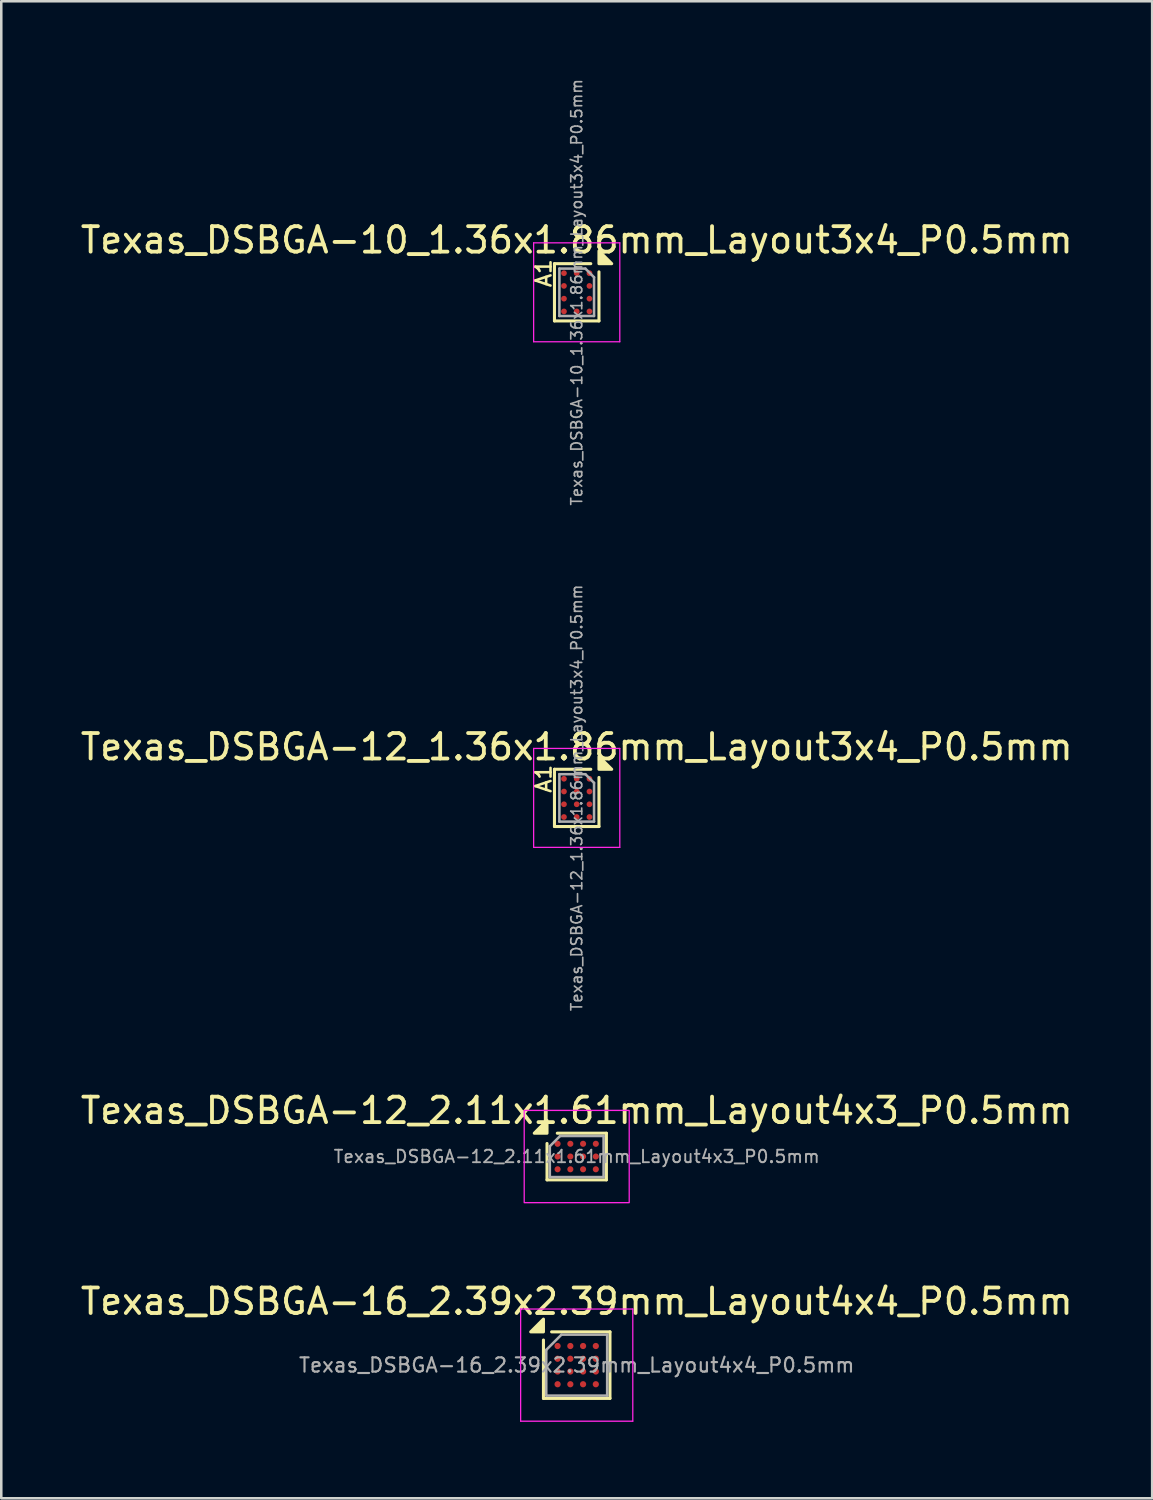
<source format=kicad_pcb>
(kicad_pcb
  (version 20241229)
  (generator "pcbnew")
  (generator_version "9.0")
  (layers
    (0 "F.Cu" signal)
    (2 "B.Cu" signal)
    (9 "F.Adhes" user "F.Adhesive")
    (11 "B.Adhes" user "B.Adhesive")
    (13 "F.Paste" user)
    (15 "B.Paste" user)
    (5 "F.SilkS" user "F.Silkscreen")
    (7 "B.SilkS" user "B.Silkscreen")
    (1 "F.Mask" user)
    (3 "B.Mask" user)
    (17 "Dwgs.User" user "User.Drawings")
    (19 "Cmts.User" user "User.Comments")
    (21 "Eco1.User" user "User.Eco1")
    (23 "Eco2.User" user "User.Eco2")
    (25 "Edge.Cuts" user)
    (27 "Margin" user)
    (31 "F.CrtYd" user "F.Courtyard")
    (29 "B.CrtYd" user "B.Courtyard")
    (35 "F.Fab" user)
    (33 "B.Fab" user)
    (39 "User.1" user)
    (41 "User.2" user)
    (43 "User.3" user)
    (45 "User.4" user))
  (footprint "Texas_DSBGA-10_1.36x1.86mm_Layout3x4_P0.5mm"
    (layer "F.Cu")
    (at 19.577 8.418)
    (property "Reference" "Texas_DSBGA-10_1.36x1.86mm_Layout3x4_P0.5mm" (at 0 -2.05 0) (layer "F.SilkS") (effects (font (size 1 1) (thickness 0.15))))
    (attr smd)
    (fp_line (start -0.873 -1.123) (end -0.873 1.123) (stroke (width 0.12) (type solid)) (layer "F.SilkS"))
    (fp_line (start 0.552 -1.123) (end -0.873 -1.123) (stroke (width 0.12) (type solid)) (layer "F.SilkS"))
    (fp_line (start 0.873 1.123) (end -0.873 1.123) (stroke (width 0.12) (type solid)) (layer "F.SilkS"))
    (fp_line (start 0.873 1.123) (end 0.873 -0.802) (stroke (width 0.12) (type solid)) (layer "F.SilkS"))
    (fp_poly (pts (xy 0.873 -1.123) (xy 0.873 -1.623) (xy 1.373 -1.123) (xy 0.873 -1.123)) (stroke (width 0.12) (type solid)) (fill yes) (layer "F.SilkS"))
    (fp_line (start -1.69 -1.94) (end -1.69 1.94) (stroke (width 0.05) (type solid)) (layer "F.CrtYd"))
    (fp_line (start -1.69 1.94) (end 1.69 1.94) (stroke (width 0.05) (type solid)) (layer "F.CrtYd"))
    (fp_line (start 1.69 -1.94) (end -1.69 -1.94) (stroke (width 0.05) (type solid)) (layer "F.CrtYd"))
    (fp_line (start 1.69 1.94) (end 1.69 -1.94) (stroke (width 0.05) (type solid)) (layer "F.CrtYd"))
    (fp_line (start -0.68 -0.93) (end -0.68 0.93) (stroke (width 0.1) (type solid)) (layer "F.Fab"))
    (fp_line (start -0.68 -0.93) (end 0.34 -0.93) (stroke (width 0.1) (type solid)) (layer "F.Fab"))
    (fp_line (start 0.68 -0.59) (end 0.34 -0.93) (stroke (width 0.1) (type solid)) (layer "F.Fab"))
    (fp_line (start 0.68 0.93) (end -0.68 0.93) (stroke (width 0.1) (type solid)) (layer "F.Fab"))
    (fp_line (start 0.68 0.93) (end 0.68 -0.59) (stroke (width 0.1) (type solid)) (layer "F.Fab"))
    (fp_text user "A1" (at -1.3 -0.75 90) (unlocked yes) (layer "F.SilkS") (effects (font (size 0.6 0.6) (thickness 0.1))))
    (fp_text user "${REFERENCE}" (at 0 0 270) (layer "F.Fab") (effects (font (size 0.43 0.43) (thickness 0.065))))
    (pad "" smd roundrect (at -0.5 -0.75) (size 0.25 0.25) (layers "F.Paste") (roundrect_rratio 0.2))
    (pad "" smd roundrect (at -0.5 -0.25) (size 0.25 0.25) (layers "F.Paste") (roundrect_rratio 0.2))
    (pad "" smd roundrect (at -0.5 0.25) (size 0.25 0.25) (layers "F.Paste") (roundrect_rratio 0.2))
    (pad "" smd roundrect (at -0.5 0.75) (size 0.25 0.25) (layers "F.Paste") (roundrect_rratio 0.2))
    (pad "" smd roundrect (at 0 -0.75) (size 0.25 0.25) (layers "F.Paste") (roundrect_rratio 0.2))
    (pad "" smd roundrect (at 0 0.75) (size 0.25 0.25) (layers "F.Paste") (roundrect_rratio 0.2))
    (pad "" smd roundrect (at 0.5 -0.75) (size 0.25 0.25) (layers "F.Paste") (roundrect_rratio 0.2))
    (pad "" smd roundrect (at 0.5 -0.25) (size 0.25 0.25) (layers "F.Paste") (roundrect_rratio 0.2))
    (pad "" smd roundrect (at 0.5 0.25) (size 0.25 0.25) (layers "F.Paste") (roundrect_rratio 0.2))
    (pad "" smd roundrect (at 0.5 0.75) (size 0.25 0.25) (layers "F.Paste") (roundrect_rratio 0.2))
    (pad "A1" smd circle (at -0.5 -0.75) (size 0.225 0.225) (property pad_prop_bga) (layers "F.Cu" "F.Mask"))
    (pad "A2" smd circle (at 0 -0.75) (size 0.225 0.225) (property pad_prop_bga) (layers "F.Cu" "F.Mask"))
    (pad "A3" smd circle (at 0.5 -0.75) (size 0.225 0.225) (property pad_prop_bga) (layers "F.Cu" "F.Mask"))
    (pad "B1" smd circle (at -0.5 -0.25) (size 0.225 0.225) (property pad_prop_bga) (layers "F.Cu" "F.Mask"))
    (pad "B3" smd circle (at 0.5 -0.25) (size 0.225 0.225) (property pad_prop_bga) (layers "F.Cu" "F.Mask"))
    (pad "C1" smd circle (at -0.5 0.25) (size 0.225 0.225) (property pad_prop_bga) (layers "F.Cu" "F.Mask"))
    (pad "C3" smd circle (at 0.5 0.25) (size 0.225 0.225) (property pad_prop_bga) (layers "F.Cu" "F.Mask"))
    (pad "D1" smd circle (at -0.5 0.75) (size 0.225 0.225) (property pad_prop_bga) (layers "F.Cu" "F.Mask"))
    (pad "D2" smd circle (at 0 0.75) (size 0.225 0.225) (property pad_prop_bga) (layers "F.Cu" "F.Mask"))
    (pad "D3" smd circle (at 0.5 0.75) (size 0.225 0.225) (property pad_prop_bga) (layers "F.Cu" "F.Mask")))
  (footprint "Texas_DSBGA-16_2.39x2.39mm_Layout4x4_P0.5mm"
    (layer "F.Cu")
    (at 19.577 50.51)
    (property "Reference" "Texas_DSBGA-16_2.39x2.39mm_Layout4x4_P0.5mm" (at 0 -2.5 0) (layer "F.SilkS") (effects (font (size 1 1) (thickness 0.15))))
    (attr smd)
    (fp_line (start -1.305 1.305) (end -1.305 -0.985) (stroke (width 0.12) (type solid)) (layer "F.SilkS"))
    (fp_line (start 1.305 -1.305) (end -0.985 -1.305) (stroke (width 0.12) (type solid)) (layer "F.SilkS"))
    (fp_line (start 1.305 -1.305) (end 1.305 1.305) (stroke (width 0.12) (type solid)) (layer "F.SilkS"))
    (fp_line (start 1.305 1.305) (end -1.305 1.305) (stroke (width 0.12) (type solid)) (layer "F.SilkS"))
    (fp_poly (pts (xy -1.305 -1.305) (xy -1.805 -1.305) (xy -1.305 -1.805) (xy -1.305 -1.305)) (stroke (width 0.12) (type solid)) (fill yes) (layer "F.SilkS"))
    (fp_line (start -2.2 -2.2) (end -2.2 2.2) (stroke (width 0.05) (type solid)) (layer "F.CrtYd"))
    (fp_line (start -2.2 2.2) (end 2.2 2.2) (stroke (width 0.05) (type solid)) (layer "F.CrtYd"))
    (fp_line (start 2.2 -2.2) (end -2.2 -2.2) (stroke (width 0.05) (type solid)) (layer "F.CrtYd"))
    (fp_line (start 2.2 2.2) (end 2.2 -2.2) (stroke (width 0.05) (type solid)) (layer "F.CrtYd"))
    (fp_line (start -1.195 -0.598) (end -0.598 -1.195) (stroke (width 0.1) (type solid)) (layer "F.Fab"))
    (fp_line (start -1.195 1.195) (end -1.195 -0.598) (stroke (width 0.1) (type solid)) (layer "F.Fab"))
    (fp_line (start -0.598 -1.195) (end 1.195 -1.195) (stroke (width 0.1) (type solid)) (layer "F.Fab"))
    (fp_line (start 1.195 -1.195) (end 1.195 1.195) (stroke (width 0.1) (type solid)) (layer "F.Fab"))
    (fp_line (start 1.195 1.195) (end -1.195 1.195) (stroke (width 0.1) (type solid)) (layer "F.Fab"))
    (fp_text user "${REFERENCE}" (at 0 0 0) (layer "F.Fab") (effects (font (size 0.56 0.56) (thickness 0.084))))
    (pad "" smd roundrect (at -0.75 -0.75) (size 0.25 0.25) (layers "F.Paste") (roundrect_rratio 0.2))
    (pad "" smd roundrect (at -0.75 -0.25) (size 0.25 0.25) (layers "F.Paste") (roundrect_rratio 0.2))
    (pad "" smd roundrect (at -0.75 0.25) (size 0.25 0.25) (layers "F.Paste") (roundrect_rratio 0.2))
    (pad "" smd roundrect (at -0.75 0.75) (size 0.25 0.25) (layers "F.Paste") (roundrect_rratio 0.2))
    (pad "" smd roundrect (at -0.25 -0.75) (size 0.25 0.25) (layers "F.Paste") (roundrect_rratio 0.2))
    (pad "" smd roundrect (at -0.25 -0.25) (size 0.25 0.25) (layers "F.Paste") (roundrect_rratio 0.2))
    (pad "" smd roundrect (at -0.25 0.25) (size 0.25 0.25) (layers "F.Paste") (roundrect_rratio 0.2))
    (pad "" smd roundrect (at -0.25 0.75) (size 0.25 0.25) (layers "F.Paste") (roundrect_rratio 0.2))
    (pad "" smd roundrect (at 0.25 -0.75) (size 0.25 0.25) (layers "F.Paste") (roundrect_rratio 0.2))
    (pad "" smd roundrect (at 0.25 -0.25) (size 0.25 0.25) (layers "F.Paste") (roundrect_rratio 0.2))
    (pad "" smd roundrect (at 0.25 0.25) (size 0.25 0.25) (layers "F.Paste") (roundrect_rratio 0.2))
    (pad "" smd roundrect (at 0.25 0.75) (size 0.25 0.25) (layers "F.Paste") (roundrect_rratio 0.2))
    (pad "" smd roundrect (at 0.75 -0.75) (size 0.25 0.25) (layers "F.Paste") (roundrect_rratio 0.2))
    (pad "" smd roundrect (at 0.75 -0.25) (size 0.25 0.25) (layers "F.Paste") (roundrect_rratio 0.2))
    (pad "" smd roundrect (at 0.75 0.25) (size 0.25 0.25) (layers "F.Paste") (roundrect_rratio 0.2))
    (pad "" smd roundrect (at 0.75 0.75) (size 0.25 0.25) (layers "F.Paste") (roundrect_rratio 0.2))
    (pad "A1" smd circle (at -0.75 -0.75) (size 0.245 0.245) (property pad_prop_bga) (layers "F.Cu" "F.Mask"))
    (pad "A2" smd circle (at -0.25 -0.75) (size 0.245 0.245) (property pad_prop_bga) (layers "F.Cu" "F.Mask"))
    (pad "A3" smd circle (at 0.25 -0.75) (size 0.245 0.245) (property pad_prop_bga) (layers "F.Cu" "F.Mask"))
    (pad "A4" smd circle (at 0.75 -0.75) (size 0.245 0.245) (property pad_prop_bga) (layers "F.Cu" "F.Mask"))
    (pad "B1" smd circle (at -0.75 -0.25) (size 0.245 0.245) (property pad_prop_bga) (layers "F.Cu" "F.Mask"))
    (pad "B2" smd circle (at -0.25 -0.25) (size 0.245 0.245) (property pad_prop_bga) (layers "F.Cu" "F.Mask"))
    (pad "B3" smd circle (at 0.25 -0.25) (size 0.245 0.245) (property pad_prop_bga) (layers "F.Cu" "F.Mask"))
    (pad "B4" smd circle (at 0.75 -0.25) (size 0.245 0.245) (property pad_prop_bga) (layers "F.Cu" "F.Mask"))
    (pad "C1" smd circle (at -0.75 0.25) (size 0.245 0.245) (property pad_prop_bga) (layers "F.Cu" "F.Mask"))
    (pad "C2" smd circle (at -0.25 0.25) (size 0.245 0.245) (property pad_prop_bga) (layers "F.Cu" "F.Mask"))
    (pad "C3" smd circle (at 0.25 0.25) (size 0.245 0.245) (property pad_prop_bga) (layers "F.Cu" "F.Mask"))
    (pad "C4" smd circle (at 0.75 0.25) (size 0.245 0.245) (property pad_prop_bga) (layers "F.Cu" "F.Mask"))
    (pad "D1" smd circle (at -0.75 0.75) (size 0.245 0.245) (property pad_prop_bga) (layers "F.Cu" "F.Mask"))
    (pad "D2" smd circle (at -0.25 0.75) (size 0.245 0.245) (property pad_prop_bga) (layers "F.Cu" "F.Mask"))
    (pad "D3" smd circle (at 0.25 0.75) (size 0.245 0.245) (property pad_prop_bga) (layers "F.Cu" "F.Mask"))
    (pad "D4" smd circle (at 0.75 0.75) (size 0.245 0.245) (property pad_prop_bga) (layers "F.Cu" "F.Mask")))
  (footprint "Texas_DSBGA-12_1.36x1.86mm_Layout3x4_P0.5mm"
    (layer "F.Cu")
    (at 19.577 28.255)
    (property "Reference" "Texas_DSBGA-12_1.36x1.86mm_Layout3x4_P0.5mm" (at 0 -2 0) (layer "F.SilkS") (effects (font (size 1 1) (thickness 0.15))))
    (attr smd)
    (fp_line (start -0.873 -1.123) (end -0.873 1.123) (stroke (width 0.12) (type solid)) (layer "F.SilkS"))
    (fp_line (start 0.552 -1.123) (end -0.873 -1.123) (stroke (width 0.12) (type solid)) (layer "F.SilkS"))
    (fp_line (start 0.873 1.123) (end -0.873 1.123) (stroke (width 0.12) (type solid)) (layer "F.SilkS"))
    (fp_line (start 0.873 1.123) (end 0.873 -0.802) (stroke (width 0.12) (type solid)) (layer "F.SilkS"))
    (fp_poly (pts (xy 0.873 -1.123) (xy 0.873 -1.623) (xy 1.373 -1.123) (xy 0.873 -1.123)) (stroke (width 0.12) (type solid)) (fill yes) (layer "F.SilkS"))
    (fp_line (start -1.69 -1.94) (end -1.69 1.94) (stroke (width 0.05) (type solid)) (layer "F.CrtYd"))
    (fp_line (start -1.69 1.94) (end 1.69 1.94) (stroke (width 0.05) (type solid)) (layer "F.CrtYd"))
    (fp_line (start 1.69 -1.94) (end -1.69 -1.94) (stroke (width 0.05) (type solid)) (layer "F.CrtYd"))
    (fp_line (start 1.69 1.94) (end 1.69 -1.94) (stroke (width 0.05) (type solid)) (layer "F.CrtYd"))
    (fp_line (start -0.68 -0.93) (end -0.68 0.93) (stroke (width 0.1) (type solid)) (layer "F.Fab"))
    (fp_line (start -0.68 -0.93) (end 0.34 -0.93) (stroke (width 0.1) (type solid)) (layer "F.Fab"))
    (fp_line (start 0.68 -0.59) (end 0.34 -0.93) (stroke (width 0.1) (type solid)) (layer "F.Fab"))
    (fp_line (start 0.68 0.93) (end -0.68 0.93) (stroke (width 0.1) (type solid)) (layer "F.Fab"))
    (fp_line (start 0.68 0.93) (end 0.68 -0.59) (stroke (width 0.1) (type solid)) (layer "F.Fab"))
    (fp_text user "A1" (at -1.3 -0.75 90) (unlocked yes) (layer "F.SilkS") (effects (font (size 0.6 0.6) (thickness 0.1))))
    (fp_text user "${REFERENCE}" (at 0 0 270) (layer "F.Fab") (effects (font (size 0.43 0.43) (thickness 0.065))))
    (pad "" smd roundrect (at -0.5 -0.75) (size 0.25 0.25) (layers "F.Paste") (roundrect_rratio 0.2))
    (pad "" smd roundrect (at -0.5 -0.25) (size 0.25 0.25) (layers "F.Paste") (roundrect_rratio 0.2))
    (pad "" smd roundrect (at -0.5 0.25) (size 0.25 0.25) (layers "F.Paste") (roundrect_rratio 0.2))
    (pad "" smd roundrect (at -0.5 0.75) (size 0.25 0.25) (layers "F.Paste") (roundrect_rratio 0.2))
    (pad "" smd roundrect (at 0 -0.75) (size 0.25 0.25) (layers "F.Paste") (roundrect_rratio 0.2))
    (pad "" smd roundrect (at 0 -0.25) (size 0.25 0.25) (layers "F.Paste") (roundrect_rratio 0.2))
    (pad "" smd roundrect (at 0 0.25) (size 0.25 0.25) (layers "F.Paste") (roundrect_rratio 0.2))
    (pad "" smd roundrect (at 0 0.75) (size 0.25 0.25) (layers "F.Paste") (roundrect_rratio 0.2))
    (pad "" smd roundrect (at 0.5 -0.75) (size 0.25 0.25) (layers "F.Paste") (roundrect_rratio 0.2))
    (pad "" smd roundrect (at 0.5 -0.25) (size 0.25 0.25) (layers "F.Paste") (roundrect_rratio 0.2))
    (pad "" smd roundrect (at 0.5 0.25) (size 0.25 0.25) (layers "F.Paste") (roundrect_rratio 0.2))
    (pad "" smd roundrect (at 0.5 0.75) (size 0.25 0.25) (layers "F.Paste") (roundrect_rratio 0.2))
    (pad "A1" smd circle (at -0.5 -0.75) (size 0.225 0.225) (property pad_prop_bga) (layers "F.Cu" "F.Mask"))
    (pad "A2" smd circle (at 0 -0.75) (size 0.225 0.225) (property pad_prop_bga) (layers "F.Cu" "F.Mask"))
    (pad "A3" smd circle (at 0.5 -0.75) (size 0.225 0.225) (property pad_prop_bga) (layers "F.Cu" "F.Mask"))
    (pad "B1" smd circle (at -0.5 -0.25) (size 0.225 0.225) (property pad_prop_bga) (layers "F.Cu" "F.Mask"))
    (pad "B2" smd circle (at 0 -0.25) (size 0.225 0.225) (property pad_prop_bga) (layers "F.Cu" "F.Mask"))
    (pad "B3" smd circle (at 0.5 -0.25) (size 0.225 0.225) (property pad_prop_bga) (layers "F.Cu" "F.Mask"))
    (pad "C1" smd circle (at -0.5 0.25) (size 0.225 0.225) (property pad_prop_bga) (layers "F.Cu" "F.Mask"))
    (pad "C2" smd circle (at 0 0.25) (size 0.225 0.225) (property pad_prop_bga) (layers "F.Cu" "F.Mask"))
    (pad "C3" smd circle (at 0.5 0.25) (size 0.225 0.225) (property pad_prop_bga) (layers "F.Cu" "F.Mask"))
    (pad "D1" smd circle (at -0.5 0.75) (size 0.225 0.225) (property pad_prop_bga) (layers "F.Cu" "F.Mask"))
    (pad "D2" smd circle (at 0 0.75) (size 0.225 0.225) (property pad_prop_bga) (layers "F.Cu" "F.Mask"))
    (pad "D3" smd circle (at 0.5 0.75) (size 0.225 0.225) (property pad_prop_bga) (layers "F.Cu" "F.Mask")))
  (footprint "Texas_DSBGA-12_2.11x1.61mm_Layout4x3_P0.5mm"
    (layer "F.Cu")
    (at 19.577 42.326)
    (property "Reference" "Texas_DSBGA-12_2.11x1.61mm_Layout4x3_P0.5mm" (at 0 -1.805 0) (layer "F.SilkS") (effects (font (size 1 1) (thickness 0.15))))
    (attr smd)
    (fp_line (start -1.165 0.915) (end -1.165 -0.512) (stroke (width 0.12) (type solid)) (layer "F.SilkS"))
    (fp_line (start -0.762 -0.915) (end 1.165 -0.915) (stroke (width 0.12) (type solid)) (layer "F.SilkS"))
    (fp_line (start 1.165 -0.915) (end 1.165 0.915) (stroke (width 0.12) (type solid)) (layer "F.SilkS"))
    (fp_line (start 1.165 0.915) (end -1.165 0.915) (stroke (width 0.12) (type solid)) (layer "F.SilkS"))
    (fp_poly (pts (xy -1.165 -0.915) (xy -1.665 -0.915) (xy -1.165 -1.415)) (stroke (width 0.12) (type solid)) (fill yes) (layer "F.SilkS"))
    (fp_rect (start -2.06 -1.81) (end 2.06 1.81) (stroke (width 0.05) (type solid)) (fill no) (layer "F.CrtYd"))
    (fp_line (start -1.055 -0.403) (end -0.652 -0.805) (stroke (width 0.1) (type solid)) (layer "F.Fab"))
    (fp_line (start -1.055 0.805) (end -1.055 -0.403) (stroke (width 0.1) (type solid)) (layer "F.Fab"))
    (fp_line (start -0.652 -0.805) (end 1.055 -0.805) (stroke (width 0.1) (type solid)) (layer "F.Fab"))
    (fp_line (start 1.055 -0.805) (end 1.055 0.805) (stroke (width 0.1) (type solid)) (layer "F.Fab"))
    (fp_line (start 1.055 0.805) (end -1.055 0.805) (stroke (width 0.1) (type solid)) (layer "F.Fab"))
    (fp_text user "${REFERENCE}" (at 0 0 0) (layer "F.Fab") (effects (font (size 0.49 0.49) (thickness 0.073))))
    (pad "A1" smd circle (at -0.75 -0.5) (size 0.24 0.24) (property pad_prop_bga) (layers "F.Cu" "F.Mask" "F.Paste"))
    (pad "A2" smd circle (at -0.25 -0.5) (size 0.24 0.24) (property pad_prop_bga) (layers "F.Cu" "F.Mask" "F.Paste"))
    (pad "A3" smd circle (at 0.25 -0.5) (size 0.24 0.24) (property pad_prop_bga) (layers "F.Cu" "F.Mask" "F.Paste"))
    (pad "A4" smd circle (at 0.75 -0.5) (size 0.24 0.24) (property pad_prop_bga) (layers "F.Cu" "F.Mask" "F.Paste"))
    (pad "B1" smd circle (at -0.75 0) (size 0.24 0.24) (property pad_prop_bga) (layers "F.Cu" "F.Mask" "F.Paste"))
    (pad "B2" smd circle (at -0.25 0) (size 0.24 0.24) (property pad_prop_bga) (layers "F.Cu" "F.Mask" "F.Paste"))
    (pad "B3" smd circle (at 0.25 0) (size 0.24 0.24) (property pad_prop_bga) (layers "F.Cu" "F.Mask" "F.Paste"))
    (pad "B4" smd circle (at 0.75 0) (size 0.24 0.24) (property pad_prop_bga) (layers "F.Cu" "F.Mask" "F.Paste"))
    (pad "C1" smd circle (at -0.75 0.5) (size 0.24 0.24) (property pad_prop_bga) (layers "F.Cu" "F.Mask" "F.Paste"))
    (pad "C2" smd circle (at -0.25 0.5) (size 0.24 0.24) (property pad_prop_bga) (layers "F.Cu" "F.Mask" "F.Paste"))
    (pad "C3" smd circle (at 0.25 0.5) (size 0.24 0.24) (property pad_prop_bga) (layers "F.Cu" "F.Mask" "F.Paste"))
    (pad "C4" smd circle (at 0.75 0.5) (size 0.24 0.24) (property pad_prop_bga) (layers "F.Cu" "F.Mask" "F.Paste")))
  (gr_rect
    (start -3 -3)
    (end 42.155 55.735)
    (stroke (width 0.1) (type default))
    (fill no)
    (layer "Edge.Cuts")))
</source>
